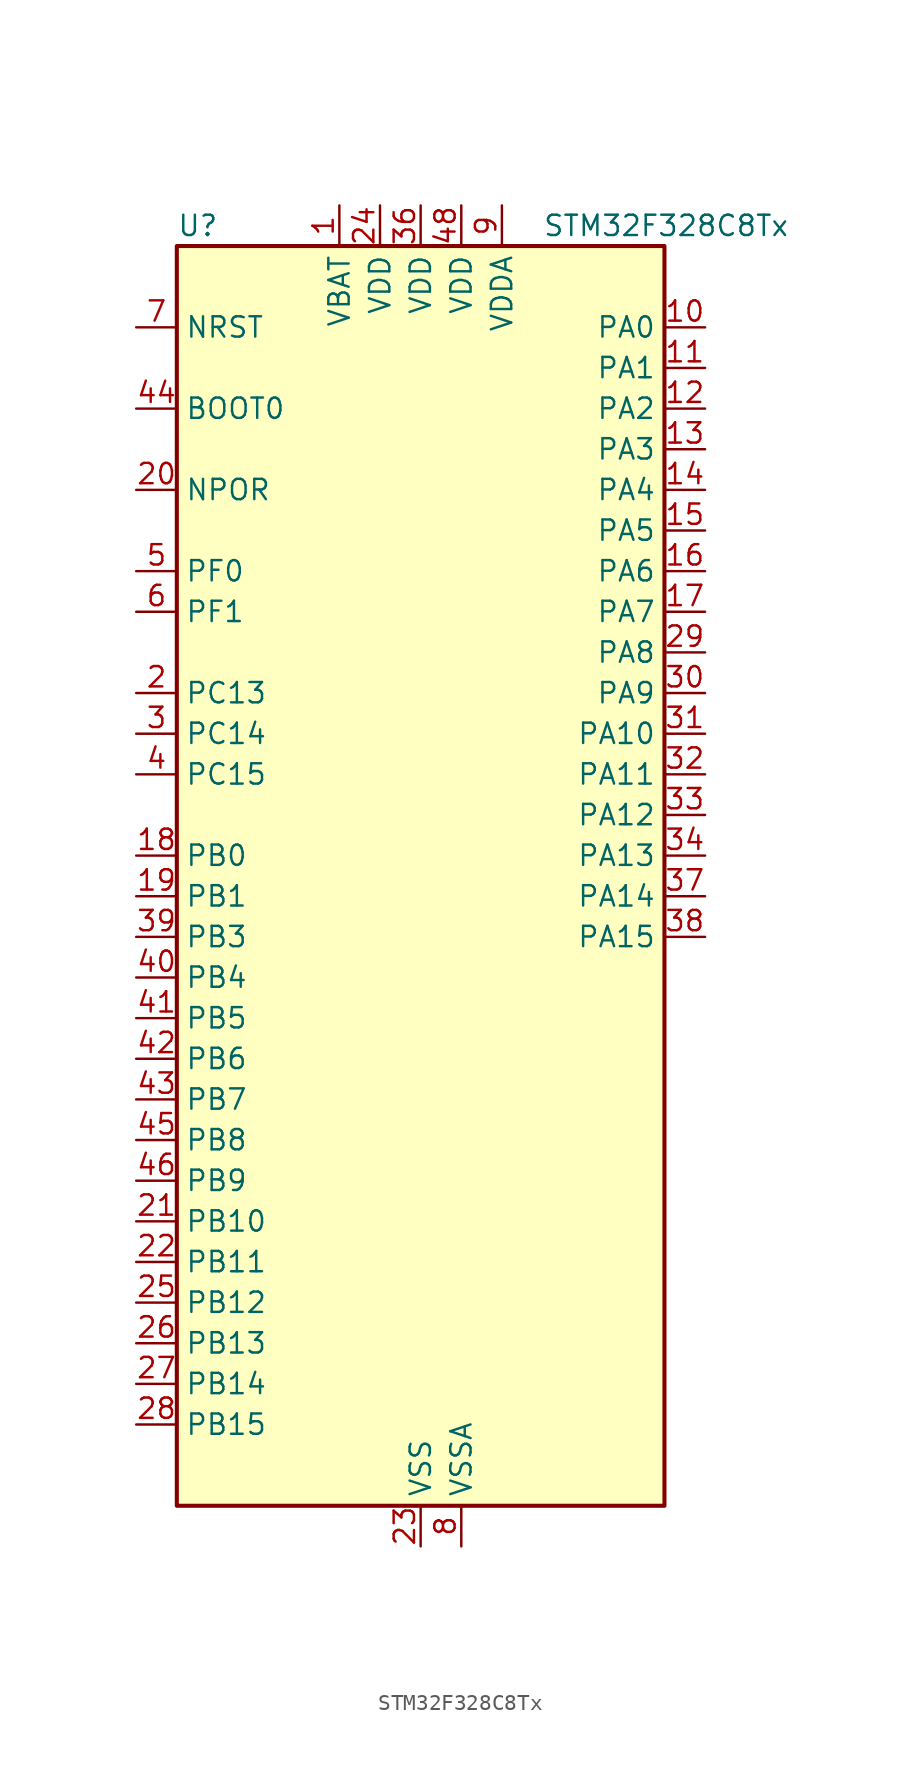
<source format=kicad_sym>
(kicad_symbol_lib
  (version 20241209)
  (generator "kicad_symbol_editor")
  (generator_version "9.0")
  (symbol "STM32F328C8Tx"
    (property "Reference" "U"
      (at -15.24 41.91 0)
      (effects (font (size 1.27 1.27)) (justify left)))
    (property "Value" "STM32F328C8Tx"
      (at 7.62 41.91 0)
      (effects (font (size 1.27 1.27)) (justify left)))
    (symbol "STM32F328C8Tx_0_1"
      (rectangle (start -15.24 -38.1) (end 15.24 40.64) (stroke (width 0.254) (type default)) (fill (type background))))
    (symbol "STM32F328C8Tx_1_1"
      (pin input line (at -17.78 35.56 0) (length 2.54) (name "NRST" (effects (font (size 1.27 1.27)))) (number "7" (effects (font (size 1.27 1.27)))))
      (pin input line (at -17.78 30.48 0) (length 2.54) (name "BOOT0" (effects (font (size 1.27 1.27)))) (number "44" (effects (font (size 1.27 1.27)))))
      (pin input line (at -17.78 25.4 0) (length 2.54) (name "NPOR" (effects (font (size 1.27 1.27)))) (number "20" (effects (font (size 1.27 1.27)))))
      (pin bidirectional line (at -17.78 20.32 0) (length 2.54) (name "PF0" (effects (font (size 1.27 1.27)))) (number "5" (effects (font (size 1.27 1.27)))) (alternate "RCC_OSC_IN" bidirectional line) (alternate "TIM1_CH3N" bidirectional line))
      (pin bidirectional line (at -17.78 17.78 0) (length 2.54) (name "PF1" (effects (font (size 1.27 1.27)))) (number "6" (effects (font (size 1.27 1.27)))) (alternate "RCC_OSC_OUT" bidirectional line))
      (pin bidirectional line (at -17.78 12.7 0) (length 2.54) (name "PC13" (effects (font (size 1.27 1.27)))) (number "2" (effects (font (size 1.27 1.27)))) (alternate "RTC_OUT_ALARM" bidirectional line) (alternate "RTC_OUT_CALIB" bidirectional line) (alternate "RTC_TAMP1" bidirectional line) (alternate "RTC_TS" bidirectional line) (alternate "SYS_WKUP2" bidirectional line) (alternate "TIM1_CH1N" bidirectional line))
      (pin bidirectional line (at -17.78 10.16 0) (length 2.54) (name "PC14" (effects (font (size 1.27 1.27)))) (number "3" (effects (font (size 1.27 1.27)))) (alternate "RCC_OSC32_IN" bidirectional line))
      (pin bidirectional line (at -17.78 7.62 0) (length 2.54) (name "PC15" (effects (font (size 1.27 1.27)))) (number "4" (effects (font (size 1.27 1.27)))) (alternate "RCC_OSC32_OUT" bidirectional line))
      (pin bidirectional line (at -17.78 2.54 0) (length 2.54) (name "PB0" (effects (font (size 1.27 1.27)))) (number "18" (effects (font (size 1.27 1.27)))) (alternate "ADC1_IN11" bidirectional line) (alternate "COMP4_INP" bidirectional line) (alternate "OPAMP2_VINP" bidirectional line) (alternate "OPAMP2_VINP_SEC" bidirectional line) (alternate "TIM1_CH2N" bidirectional line) (alternate "TIM3_CH3" bidirectional line) (alternate "TSC_G3_IO2" bidirectional line))
      (pin bidirectional line (at -17.78 0 0) (length 2.54) (name "PB1" (effects (font (size 1.27 1.27)))) (number "19" (effects (font (size 1.27 1.27)))) (alternate "ADC1_IN12" bidirectional line) (alternate "COMP4_OUT" bidirectional line) (alternate "TIM1_CH3N" bidirectional line) (alternate "TIM3_CH4" bidirectional line) (alternate "TSC_G3_IO3" bidirectional line))
      (pin bidirectional line (at -17.78 -2.54 0) (length 2.54) (name "PB3" (effects (font (size 1.27 1.27)))) (number "39" (effects (font (size 1.27 1.27)))) (alternate "SPI1_SCK" bidirectional line) (alternate "SYS_JTDO-TRACESWO" bidirectional line) (alternate "TIM2_CH2" bidirectional line) (alternate "TIM3_ETR" bidirectional line) (alternate "TSC_G5_IO1" bidirectional line) (alternate "USART2_TX" bidirectional line))
      (pin bidirectional line (at -17.78 -5.08 0) (length 2.54) (name "PB4" (effects (font (size 1.27 1.27)))) (number "40" (effects (font (size 1.27 1.27)))) (alternate "SPI1_MISO" bidirectional line) (alternate "SYS_NJTRST" bidirectional line) (alternate "TIM16_CH1" bidirectional line) (alternate "TIM17_BKIN" bidirectional line) (alternate "TIM3_CH1" bidirectional line) (alternate "TSC_G5_IO2" bidirectional line) (alternate "USART2_RX" bidirectional line))
      (pin bidirectional line (at -17.78 -7.62 0) (length 2.54) (name "PB5" (effects (font (size 1.27 1.27)))) (number "41" (effects (font (size 1.27 1.27)))) (alternate "I2C1_SMBA" bidirectional line) (alternate "SPI1_MOSI" bidirectional line) (alternate "TIM16_BKIN" bidirectional line) (alternate "TIM17_CH1" bidirectional line) (alternate "TIM3_CH2" bidirectional line) (alternate "USART2_CK" bidirectional line))
      (pin bidirectional line (at -17.78 -10.16 0) (length 2.54) (name "PB6" (effects (font (size 1.27 1.27)))) (number "42" (effects (font (size 1.27 1.27)))) (alternate "I2C1_SCL" bidirectional line) (alternate "TIM16_CH1N" bidirectional line) (alternate "TSC_G5_IO3" bidirectional line) (alternate "USART1_TX" bidirectional line))
      (pin bidirectional line (at -17.78 -12.7 0) (length 2.54) (name "PB7" (effects (font (size 1.27 1.27)))) (number "43" (effects (font (size 1.27 1.27)))) (alternate "I2C1_SDA" bidirectional line) (alternate "TIM17_CH1N" bidirectional line) (alternate "TIM3_CH4" bidirectional line) (alternate "TSC_G5_IO4" bidirectional line) (alternate "USART1_RX" bidirectional line))
      (pin bidirectional line (at -17.78 -15.24 0) (length 2.54) (name "PB8" (effects (font (size 1.27 1.27)))) (number "45" (effects (font (size 1.27 1.27)))) (alternate "CAN_RX" bidirectional line) (alternate "I2C1_SCL" bidirectional line) (alternate "TIM16_CH1" bidirectional line) (alternate "TIM1_BKIN" bidirectional line) (alternate "TSC_SYNC" bidirectional line) (alternate "USART3_RX" bidirectional line))
      (pin bidirectional line (at -17.78 -17.78 0) (length 2.54) (name "PB9" (effects (font (size 1.27 1.27)))) (number "46" (effects (font (size 1.27 1.27)))) (alternate "CAN_TX" bidirectional line) (alternate "COMP2_OUT" bidirectional line) (alternate "DAC1_EXTI9" bidirectional line) (alternate "DAC2_EXTI9" bidirectional line) (alternate "I2C1_SDA" bidirectional line) (alternate "IR_OUT" bidirectional line) (alternate "TIM17_CH1" bidirectional line) (alternate "USART3_TX" bidirectional line))
      (pin bidirectional line (at -17.78 -20.32 0) (length 2.54) (name "PB10" (effects (font (size 1.27 1.27)))) (number "21" (effects (font (size 1.27 1.27)))) (alternate "TIM2_CH3" bidirectional line) (alternate "TSC_SYNC" bidirectional line) (alternate "USART3_TX" bidirectional line))
      (pin bidirectional line (at -17.78 -22.86 0) (length 2.54) (name "PB11" (effects (font (size 1.27 1.27)))) (number "22" (effects (font (size 1.27 1.27)))) (alternate "COMP6_INP" bidirectional line) (alternate "TIM2_CH4" bidirectional line) (alternate "TSC_G6_IO1" bidirectional line) (alternate "USART3_RX" bidirectional line))
      (pin bidirectional line (at -17.78 -25.4 0) (length 2.54) (name "PB12" (effects (font (size 1.27 1.27)))) (number "25" (effects (font (size 1.27 1.27)))) (alternate "ADC2_IN13" bidirectional line) (alternate "TIM1_BKIN" bidirectional line) (alternate "TSC_G6_IO2" bidirectional line) (alternate "USART3_CK" bidirectional line))
      (pin bidirectional line (at -17.78 -27.94 0) (length 2.54) (name "PB13" (effects (font (size 1.27 1.27)))) (number "26" (effects (font (size 1.27 1.27)))) (alternate "ADC1_IN13" bidirectional line) (alternate "TIM1_CH1N" bidirectional line) (alternate "TSC_G6_IO3" bidirectional line) (alternate "USART3_CTS" bidirectional line))
      (pin bidirectional line (at -17.78 -30.48 0) (length 2.54) (name "PB14" (effects (font (size 1.27 1.27)))) (number "27" (effects (font (size 1.27 1.27)))) (alternate "ADC2_IN14" bidirectional line) (alternate "OPAMP2_VINP" bidirectional line) (alternate "OPAMP2_VINP_SEC" bidirectional line) (alternate "TIM15_CH1" bidirectional line) (alternate "TIM1_CH2N" bidirectional line) (alternate "TSC_G6_IO4" bidirectional line) (alternate "USART3_DE" bidirectional line) (alternate "USART3_RTS" bidirectional line))
      (pin bidirectional line (at -17.78 -33.02 0) (length 2.54) (name "PB15" (effects (font (size 1.27 1.27)))) (number "28" (effects (font (size 1.27 1.27)))) (alternate "ADC2_IN15" bidirectional line) (alternate "COMP6_INM" bidirectional line) (alternate "RTC_REFIN" bidirectional line) (alternate "TIM15_CH1N" bidirectional line) (alternate "TIM15_CH2" bidirectional line) (alternate "TIM1_CH3N" bidirectional line))
      (pin power_in line (at -5.08 43.18 270) (length 2.54) (name "VBAT" (effects (font (size 1.27 1.27)))) (number "1" (effects (font (size 1.27 1.27)))))
      (pin power_in line (at -2.54 43.18 270) (length 2.54) (name "VDD" (effects (font (size 1.27 1.27)))) (number "24" (effects (font (size 1.27 1.27)))))
      (pin power_in line (at 0 43.18 270) (length 2.54) (name "VDD" (effects (font (size 1.27 1.27)))) (number "36" (effects (font (size 1.27 1.27)))))
      (pin power_in line (at 0 -40.64 90) (length 2.54) (name "VSS" (effects (font (size 1.27 1.27)))) (number "23" (effects (font (size 1.27 1.27)))))
      (pin passive line (at 0 -40.64 90) (length 2.54) (hide yes) (name "VSS" (effects (font (size 1.27 1.27)))) (number "35" (effects (font (size 1.27 1.27)))))
      (pin passive line (at 0 -40.64 90) (length 2.54) (hide yes) (name "VSS" (effects (font (size 1.27 1.27)))) (number "47" (effects (font (size 1.27 1.27)))))
      (pin power_in line (at 2.54 43.18 270) (length 2.54) (name "VDD" (effects (font (size 1.27 1.27)))) (number "48" (effects (font (size 1.27 1.27)))))
      (pin power_in line (at 2.54 -40.64 90) (length 2.54) (name "VSSA" (effects (font (size 1.27 1.27)))) (number "8" (effects (font (size 1.27 1.27)))))
      (pin power_in line (at 5.08 43.18 270) (length 2.54) (name "VDDA" (effects (font (size 1.27 1.27)))) (number "9" (effects (font (size 1.27 1.27)))))
      (pin bidirectional line (at 17.78 35.56 180) (length 2.54) (name "PA0" (effects (font (size 1.27 1.27)))) (number "10" (effects (font (size 1.27 1.27)))) (alternate "ADC1_IN1" bidirectional line) (alternate "RTC_TAMP2" bidirectional line) (alternate "SYS_WKUP1" bidirectional line) (alternate "TIM2_CH1" bidirectional line) (alternate "TIM2_ETR" bidirectional line) (alternate "TSC_G1_IO1" bidirectional line) (alternate "USART2_CTS" bidirectional line))
      (pin bidirectional line (at 17.78 33.02 180) (length 2.54) (name "PA1" (effects (font (size 1.27 1.27)))) (number "11" (effects (font (size 1.27 1.27)))) (alternate "ADC1_IN2" bidirectional line) (alternate "RTC_REFIN" bidirectional line) (alternate "TIM15_CH1N" bidirectional line) (alternate "TIM2_CH2" bidirectional line) (alternate "TSC_G1_IO2" bidirectional line) (alternate "USART2_DE" bidirectional line) (alternate "USART2_RTS" bidirectional line))
      (pin bidirectional line (at 17.78 30.48 180) (length 2.54) (name "PA2" (effects (font (size 1.27 1.27)))) (number "12" (effects (font (size 1.27 1.27)))) (alternate "ADC1_IN3" bidirectional line) (alternate "COMP2_INM" bidirectional line) (alternate "COMP2_OUT" bidirectional line) (alternate "TIM15_CH1" bidirectional line) (alternate "TIM2_CH3" bidirectional line) (alternate "TSC_G1_IO3" bidirectional line) (alternate "USART2_TX" bidirectional line))
      (pin bidirectional line (at 17.78 27.94 180) (length 2.54) (name "PA3" (effects (font (size 1.27 1.27)))) (number "13" (effects (font (size 1.27 1.27)))) (alternate "ADC1_IN4" bidirectional line) (alternate "TIM15_CH2" bidirectional line) (alternate "TIM2_CH4" bidirectional line) (alternate "TSC_G1_IO4" bidirectional line) (alternate "USART2_RX" bidirectional line))
      (pin bidirectional line (at 17.78 25.4 180) (length 2.54) (name "PA4" (effects (font (size 1.27 1.27)))) (number "14" (effects (font (size 1.27 1.27)))) (alternate "ADC2_IN1" bidirectional line) (alternate "COMP2_INM" bidirectional line) (alternate "COMP4_INM" bidirectional line) (alternate "COMP6_INM" bidirectional line) (alternate "DAC1_OUT1" bidirectional line) (alternate "SPI1_NSS" bidirectional line) (alternate "TIM3_CH2" bidirectional line) (alternate "TSC_G2_IO1" bidirectional line) (alternate "USART2_CK" bidirectional line))
      (pin bidirectional line (at 17.78 22.86 180) (length 2.54) (name "PA5" (effects (font (size 1.27 1.27)))) (number "15" (effects (font (size 1.27 1.27)))) (alternate "ADC2_IN2" bidirectional line) (alternate "DAC1_OUT2" bidirectional line) (alternate "OPAMP2_VINM" bidirectional line) (alternate "OPAMP2_VINM_SEC" bidirectional line) (alternate "SPI1_SCK" bidirectional line) (alternate "TIM2_CH1" bidirectional line) (alternate "TIM2_ETR" bidirectional line) (alternate "TSC_G2_IO2" bidirectional line))
      (pin bidirectional line (at 17.78 20.32 180) (length 2.54) (name "PA6" (effects (font (size 1.27 1.27)))) (number "16" (effects (font (size 1.27 1.27)))) (alternate "ADC2_IN3" bidirectional line) (alternate "DAC2_OUT1" bidirectional line) (alternate "OPAMP2_VOUT" bidirectional line) (alternate "SPI1_MISO" bidirectional line) (alternate "TIM16_CH1" bidirectional line) (alternate "TIM1_BKIN" bidirectional line) (alternate "TIM3_CH1" bidirectional line) (alternate "TSC_G2_IO3" bidirectional line))
      (pin bidirectional line (at 17.78 17.78 180) (length 2.54) (name "PA7" (effects (font (size 1.27 1.27)))) (number "17" (effects (font (size 1.27 1.27)))) (alternate "ADC2_IN4" bidirectional line) (alternate "COMP2_INP" bidirectional line) (alternate "OPAMP2_VINP" bidirectional line) (alternate "OPAMP2_VINP_SEC" bidirectional line) (alternate "SPI1_MOSI" bidirectional line) (alternate "TIM17_CH1" bidirectional line) (alternate "TIM1_CH1N" bidirectional line) (alternate "TIM3_CH2" bidirectional line) (alternate "TSC_G2_IO4" bidirectional line))
      (pin bidirectional line (at 17.78 15.24 180) (length 2.54) (name "PA8" (effects (font (size 1.27 1.27)))) (number "29" (effects (font (size 1.27 1.27)))) (alternate "RCC_MCO" bidirectional line) (alternate "TIM1_CH1" bidirectional line) (alternate "USART1_CK" bidirectional line))
      (pin bidirectional line (at 17.78 12.7 180) (length 2.54) (name "PA9" (effects (font (size 1.27 1.27)))) (number "30" (effects (font (size 1.27 1.27)))) (alternate "DAC1_EXTI9" bidirectional line) (alternate "DAC2_EXTI9" bidirectional line) (alternate "TIM15_BKIN" bidirectional line) (alternate "TIM1_CH2" bidirectional line) (alternate "TIM2_CH3" bidirectional line) (alternate "TSC_G4_IO1" bidirectional line) (alternate "USART1_TX" bidirectional line))
      (pin bidirectional line (at 17.78 10.16 180) (length 2.54) (name "PA10" (effects (font (size 1.27 1.27)))) (number "31" (effects (font (size 1.27 1.27)))) (alternate "COMP6_OUT" bidirectional line) (alternate "TIM17_BKIN" bidirectional line) (alternate "TIM1_CH3" bidirectional line) (alternate "TIM2_CH4" bidirectional line) (alternate "TSC_G4_IO2" bidirectional line) (alternate "USART1_RX" bidirectional line))
      (pin bidirectional line (at 17.78 7.62 180) (length 2.54) (name "PA11" (effects (font (size 1.27 1.27)))) (number "32" (effects (font (size 1.27 1.27)))) (alternate "CAN_RX" bidirectional line) (alternate "TIM1_BKIN2" bidirectional line) (alternate "TIM1_CH1N" bidirectional line) (alternate "TIM1_CH4" bidirectional line) (alternate "USART1_CTS" bidirectional line))
      (pin bidirectional line (at 17.78 5.08 180) (length 2.54) (name "PA12" (effects (font (size 1.27 1.27)))) (number "33" (effects (font (size 1.27 1.27)))) (alternate "CAN_TX" bidirectional line) (alternate "COMP2_OUT" bidirectional line) (alternate "TIM16_CH1" bidirectional line) (alternate "TIM1_CH2N" bidirectional line) (alternate "TIM1_ETR" bidirectional line) (alternate "USART1_DE" bidirectional line) (alternate "USART1_RTS" bidirectional line))
      (pin bidirectional line (at 17.78 2.54 180) (length 2.54) (name "PA13" (effects (font (size 1.27 1.27)))) (number "34" (effects (font (size 1.27 1.27)))) (alternate "IR_OUT" bidirectional line) (alternate "SYS_JTMS-SWDIO" bidirectional line) (alternate "TIM16_CH1N" bidirectional line) (alternate "TSC_G4_IO3" bidirectional line) (alternate "USART3_CTS" bidirectional line))
      (pin bidirectional line (at 17.78 0 180) (length 2.54) (name "PA14" (effects (font (size 1.27 1.27)))) (number "37" (effects (font (size 1.27 1.27)))) (alternate "I2C1_SDA" bidirectional line) (alternate "SYS_JTCK-SWCLK" bidirectional line) (alternate "TIM1_BKIN" bidirectional line) (alternate "TSC_G4_IO4" bidirectional line) (alternate "USART2_TX" bidirectional line))
      (pin bidirectional line (at 17.78 -2.54 180) (length 2.54) (name "PA15" (effects (font (size 1.27 1.27)))) (number "38" (effects (font (size 1.27 1.27)))) (alternate "I2C1_SCL" bidirectional line) (alternate "SPI1_NSS" bidirectional line) (alternate "SYS_JTDI" bidirectional line) (alternate "TIM1_BKIN" bidirectional line) (alternate "TIM2_CH1" bidirectional line) (alternate "TIM2_ETR" bidirectional line) (alternate "TSC_SYNC" bidirectional line) (alternate "USART2_RX" bidirectional line)))))
</source>
